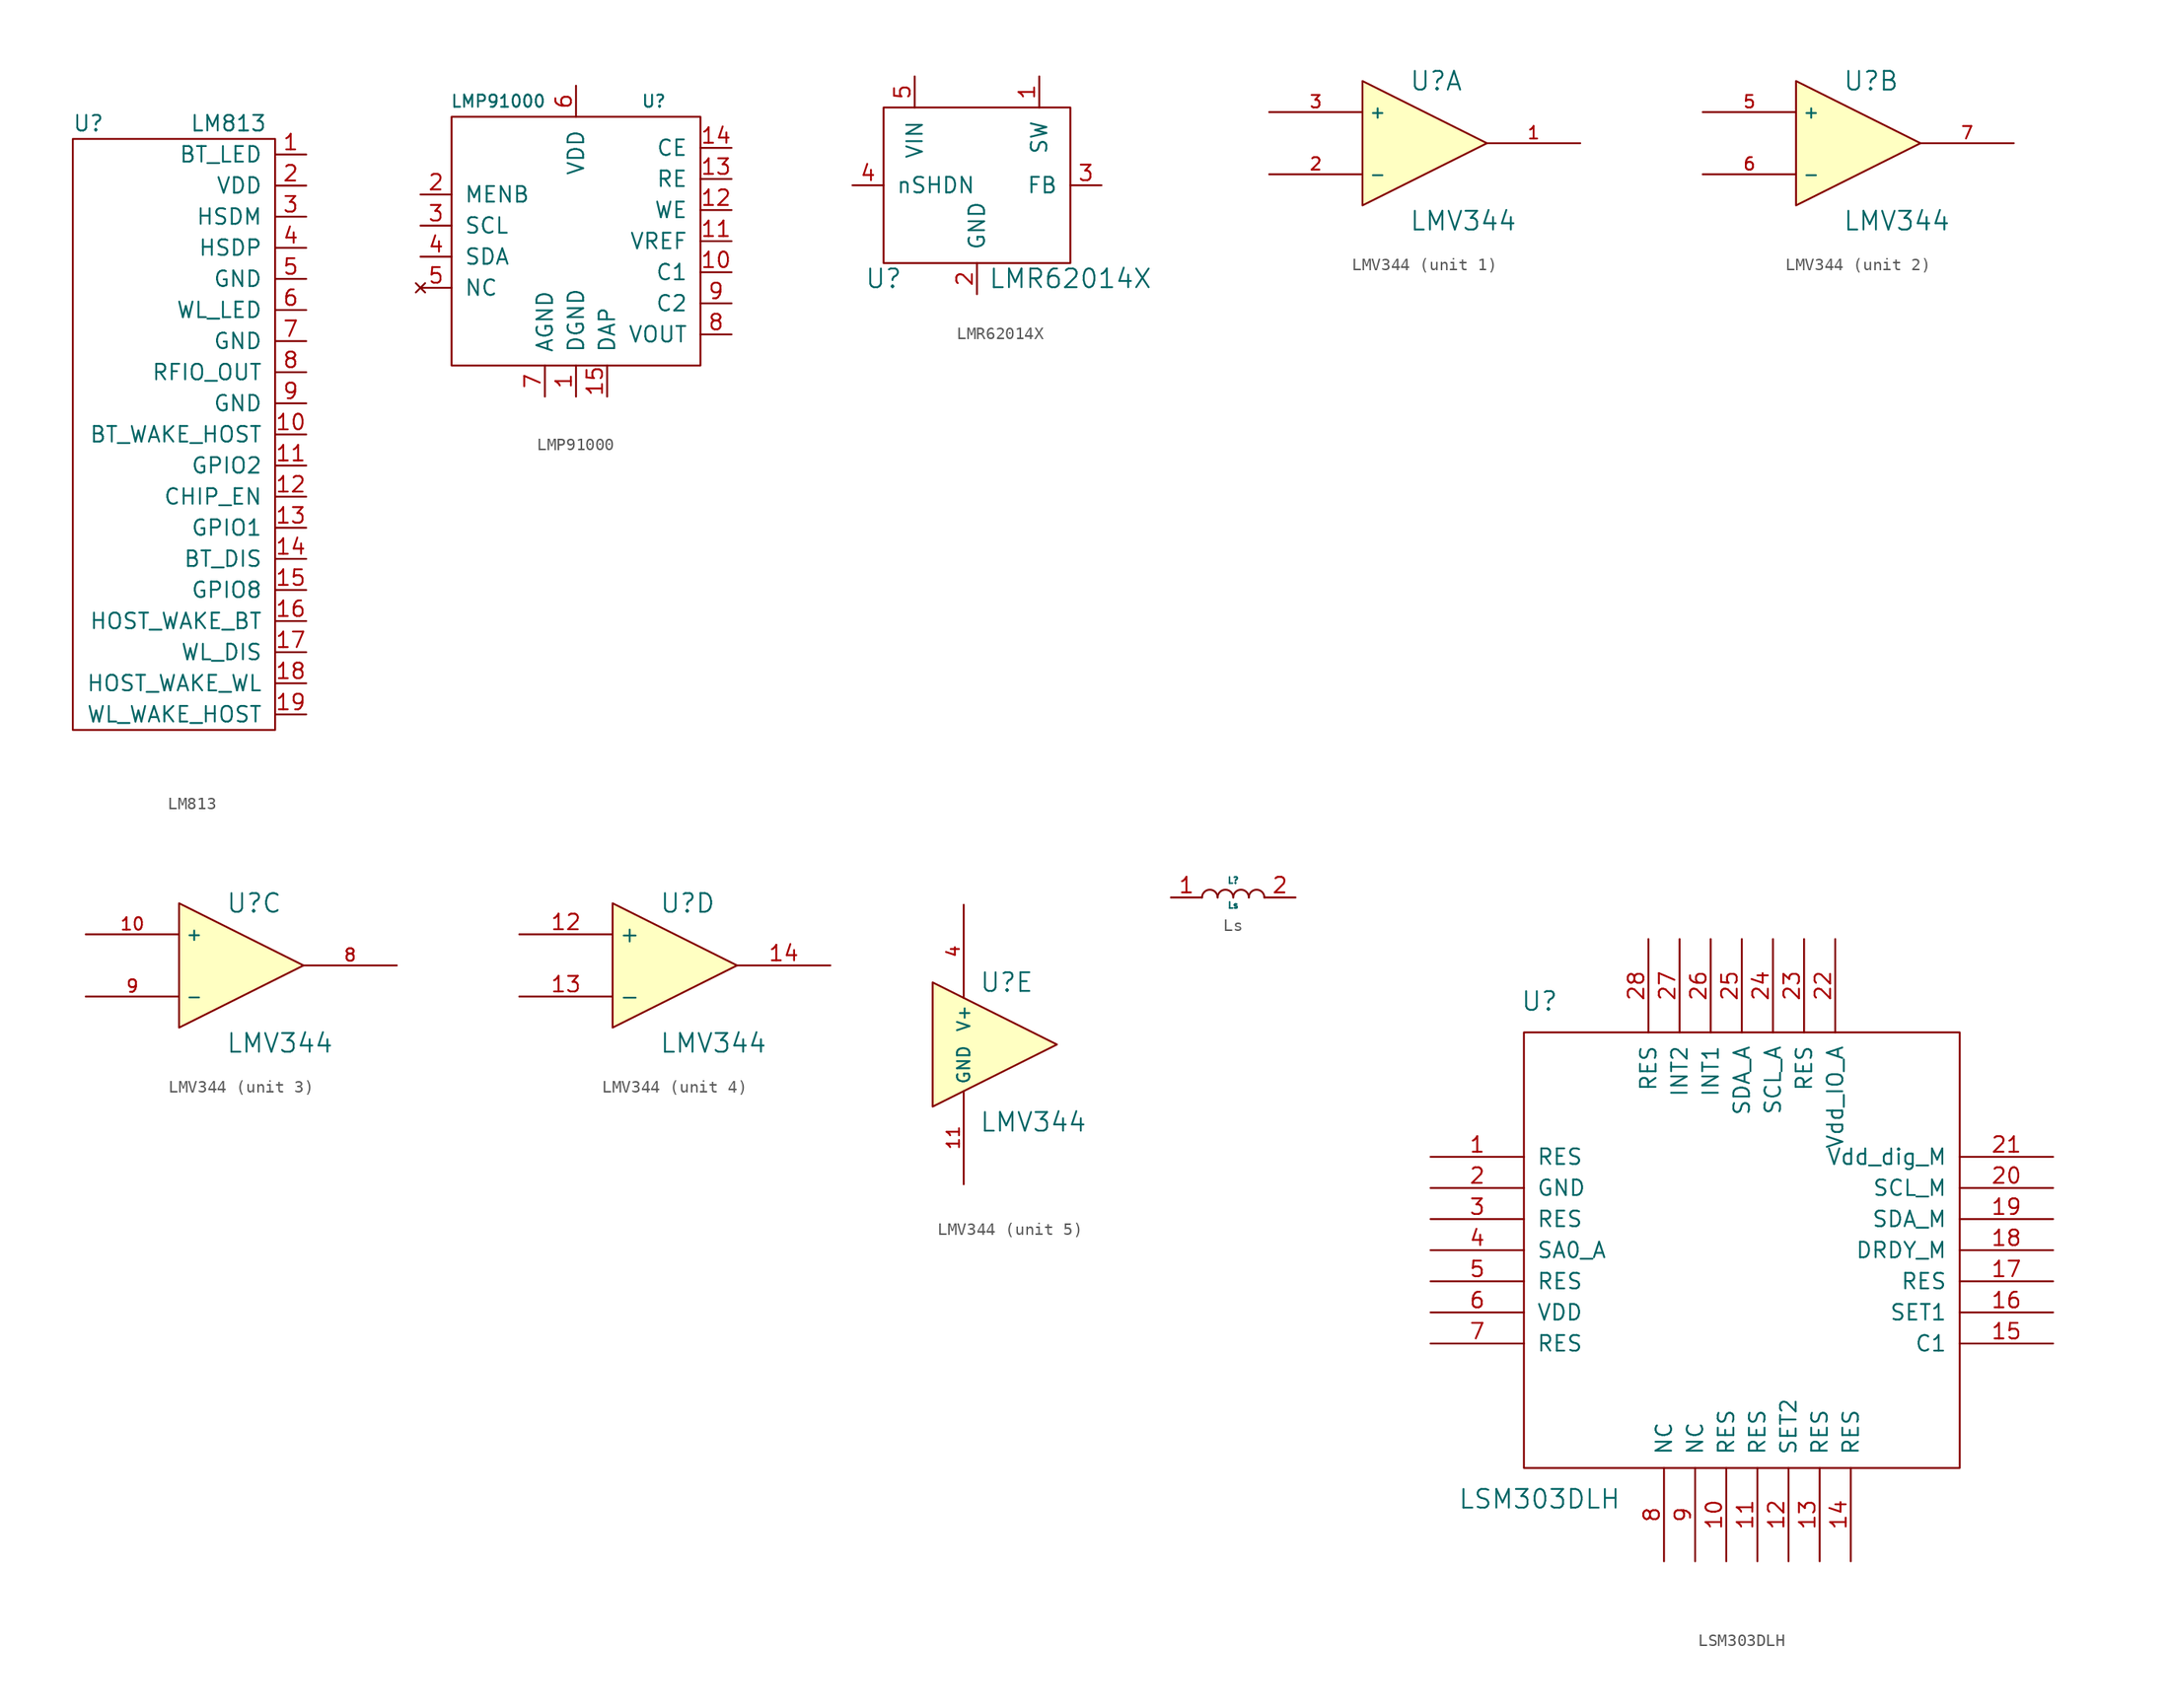
<source format=kicad_sym>
(kicad_symbol_lib
  (version 20211014)
  (generator kicad_symbol_editor)
  (symbol "LM813"
    (pin_names
      (offset 1.016))
    (property "Reference" "U"
      (at -15.24 0 0)
      (effects (font (size 1.27 1.27))))
    (property "Value" "LM813"
      (at -3.81 0 0)
      (effects (font (size 1.27 1.27))))
    (symbol "LM813_0_1"
      (rectangle (start 0 -1.27) (end -16.51 -49.53) (stroke (width 0) (type default) (color 0 0 0 0)) (fill (type none))))
    (symbol "LM813_1_1"
      (pin passive line (at 2.54 -2.54 180) (length 2.54) (name "BT_LED" (effects (font (size 1.27 1.27)))) (number "1" (effects (font (size 1.27 1.27)))))
      (pin passive line (at 2.54 -25.4 180) (length 2.54) (name "BT_WAKE_HOST" (effects (font (size 1.27 1.27)))) (number "10" (effects (font (size 1.27 1.27)))))
      (pin passive line (at 2.54 -27.94 180) (length 2.54) (name "GPIO2" (effects (font (size 1.27 1.27)))) (number "11" (effects (font (size 1.27 1.27)))))
      (pin passive line (at 2.54 -30.48 180) (length 2.54) (name "CHIP_EN" (effects (font (size 1.27 1.27)))) (number "12" (effects (font (size 1.27 1.27)))))
      (pin passive line (at 2.54 -33.02 180) (length 2.54) (name "GPIO1" (effects (font (size 1.27 1.27)))) (number "13" (effects (font (size 1.27 1.27)))))
      (pin passive line (at 2.54 -35.56 180) (length 2.54) (name "BT_DIS" (effects (font (size 1.27 1.27)))) (number "14" (effects (font (size 1.27 1.27)))))
      (pin passive line (at 2.54 -38.1 180) (length 2.54) (name "GPIO8" (effects (font (size 1.27 1.27)))) (number "15" (effects (font (size 1.27 1.27)))))
      (pin passive line (at 2.54 -40.64 180) (length 2.54) (name "HOST_WAKE_BT" (effects (font (size 1.27 1.27)))) (number "16" (effects (font (size 1.27 1.27)))))
      (pin passive line (at 2.54 -43.18 180) (length 2.54) (name "WL_DIS" (effects (font (size 1.27 1.27)))) (number "17" (effects (font (size 1.27 1.27)))))
      (pin passive line (at 2.54 -45.72 180) (length 2.54) (name "HOST_WAKE_WL" (effects (font (size 1.27 1.27)))) (number "18" (effects (font (size 1.27 1.27)))))
      (pin passive line (at 2.54 -48.26 180) (length 2.54) (name "WL_WAKE_HOST" (effects (font (size 1.27 1.27)))) (number "19" (effects (font (size 1.27 1.27)))))
      (pin passive line (at 2.54 -5.08 180) (length 2.54) (name "VDD" (effects (font (size 1.27 1.27)))) (number "2" (effects (font (size 1.27 1.27)))))
      (pin passive line (at 2.54 -7.62 180) (length 2.54) (name "HSDM" (effects (font (size 1.27 1.27)))) (number "3" (effects (font (size 1.27 1.27)))))
      (pin passive line (at 2.54 -10.16 180) (length 2.54) (name "HSDP" (effects (font (size 1.27 1.27)))) (number "4" (effects (font (size 1.27 1.27)))))
      (pin passive line (at 2.54 -12.7 180) (length 2.54) (name "GND" (effects (font (size 1.27 1.27)))) (number "5" (effects (font (size 1.27 1.27)))))
      (pin passive line (at 2.54 -15.24 180) (length 2.54) (name "WL_LED" (effects (font (size 1.27 1.27)))) (number "6" (effects (font (size 1.27 1.27)))))
      (pin passive line (at 2.54 -17.78 180) (length 2.54) (name "GND" (effects (font (size 1.27 1.27)))) (number "7" (effects (font (size 1.27 1.27)))))
      (pin passive line (at 2.54 -20.32 180) (length 2.54) (name "RFIO_OUT" (effects (font (size 1.27 1.27)))) (number "8" (effects (font (size 1.27 1.27)))))
      (pin passive line (at 2.54 -22.86 180) (length 2.54) (name "GND" (effects (font (size 1.27 1.27)))) (number "9" (effects (font (size 1.27 1.27)))))))
  (symbol "LMP91000"
    (pin_names
      (offset 1.016))
    (property "Reference" "U"
      (at 6.35 11.43 0)
      (effects (font (size 0.991 0.991))))
    (property "Value" "LMP91000"
      (at -6.35 11.43 0)
      (effects (font (size 0.991 0.991))))
    (symbol "LMP91000_0_1"
      (rectangle (start 10.16 10.16) (end -10.16 -10.16) (stroke (width 0) (type default) (color 0 0 0 0)) (fill (type none))))
    (symbol "LMP91000_1_1"
      (pin passive line (at 0 -12.7 90) (length 2.54) (name "DGND" (effects (font (size 1.27 1.27)))) (number "1" (effects (font (size 1.27 1.27)))))
      (pin passive line (at 12.7 -2.54 180) (length 2.54) (name "C1" (effects (font (size 1.27 1.27)))) (number "10" (effects (font (size 1.27 1.27)))))
      (pin passive line (at 12.7 0 180) (length 2.54) (name "VREF" (effects (font (size 1.27 1.27)))) (number "11" (effects (font (size 1.27 1.27)))))
      (pin passive line (at 12.7 2.54 180) (length 2.54) (name "WE" (effects (font (size 1.27 1.27)))) (number "12" (effects (font (size 1.27 1.27)))))
      (pin passive line (at 12.7 5.08 180) (length 2.54) (name "RE" (effects (font (size 1.27 1.27)))) (number "13" (effects (font (size 1.27 1.27)))))
      (pin passive line (at 12.7 7.62 180) (length 2.54) (name "CE" (effects (font (size 1.27 1.27)))) (number "14" (effects (font (size 1.27 1.27)))))
      (pin passive line (at 2.54 -12.7 90) (length 2.54) (name "DAP" (effects (font (size 1.27 1.27)))) (number "15" (effects (font (size 1.27 1.27)))))
      (pin passive line (at -12.7 3.81 0) (length 2.54) (name "MENB" (effects (font (size 1.27 1.27)))) (number "2" (effects (font (size 1.27 1.27)))))
      (pin passive line (at -12.7 1.27 0) (length 2.54) (name "SCL" (effects (font (size 1.27 1.27)))) (number "3" (effects (font (size 1.27 1.27)))))
      (pin passive line (at -12.7 -1.27 0) (length 2.54) (name "SDA" (effects (font (size 1.27 1.27)))) (number "4" (effects (font (size 1.27 1.27)))))
      (pin no_connect line (at -12.7 -3.81 0) (length 2.54) (name "NC" (effects (font (size 1.27 1.27)))) (number "5" (effects (font (size 1.27 1.27)))))
      (pin passive line (at 0 12.7 270) (length 2.54) (name "VDD" (effects (font (size 1.27 1.27)))) (number "6" (effects (font (size 1.27 1.27)))))
      (pin passive line (at -2.54 -12.7 90) (length 2.54) (name "AGND" (effects (font (size 1.27 1.27)))) (number "7" (effects (font (size 1.27 1.27)))))
      (pin passive line (at 12.7 -7.62 180) (length 2.54) (name "VOUT" (effects (font (size 1.27 1.27)))) (number "8" (effects (font (size 1.27 1.27)))))
      (pin passive line (at 12.7 -5.08 180) (length 2.54) (name "C2" (effects (font (size 1.27 1.27)))) (number "9" (effects (font (size 1.27 1.27)))))))
  (symbol "LMR62014X"
    (pin_names
      (offset 1.016))
    (property "Reference" "U"
      (at -7.62 -7.62 0)
      (effects (font (size 1.524 1.524))))
    (property "Value" "LMR62014X"
      (at 7.62 -7.62 0)
      (effects (font (size 1.524 1.524))))
    (property "Footprint" ""
      (at 0 0 0)
      (effects (font (size 1.524 1.524))))
    (property "Datasheet" ""
      (at 0 0 0)
      (effects (font (size 1.524 1.524))))
    (symbol "LMR62014X_0_1"
      (rectangle (start -7.62 6.35) (end 7.62 -6.35) (stroke (width 0) (type default) (color 0 0 0 0)) (fill (type none))))
    (symbol "LMR62014X_1_1"
      (pin input line (at 5.08 8.89 270) (length 2.54) (name "SW" (effects (font (size 1.27 1.27)))) (number "1" (effects (font (size 1.27 1.27)))))
      (pin input line (at 0 -8.89 90) (length 2.54) (name "GND" (effects (font (size 1.27 1.27)))) (number "2" (effects (font (size 1.27 1.27)))))
      (pin input line (at 10.16 0 180) (length 2.54) (name "FB" (effects (font (size 1.27 1.27)))) (number "3" (effects (font (size 1.27 1.27)))))
      (pin input line (at -10.16 0 0) (length 2.54) (name "nSHDN" (effects (font (size 1.27 1.27)))) (number "4" (effects (font (size 1.27 1.27)))))
      (pin input line (at -5.08 8.89 270) (length 2.54) (name "VIN" (effects (font (size 1.27 1.27)))) (number "5" (effects (font (size 1.27 1.27)))))))
  (symbol "LMV344"
    (property "Reference" "U"
      (at -1.27 5.08 0)
      (effects (font (size 1.524 1.524)) (justify left)))
    (property "Value" "LMV344"
      (at -1.27 -6.35 0)
      (effects (font (size 1.524 1.524)) (justify left)))
    (property "Footprint" ""
      (at 0 0 0)
      (effects (font (size 1.524 1.524))))
    (property "Datasheet" ""
      (at 0 0 0)
      (effects (font (size 1.524 1.524))))
    (property "ki_locked" ""
      (at 0 0 0)
      (effects (font (size 1.27 1.27))))
    (symbol "LMV344_0_1"
      (polyline (pts (xy -5.08 5.08) (xy 5.08 0) (xy -5.08 -5.08) (xy -5.08 5.08)) (stroke (width 0.152) (type default) (color 0 0 0 0)) (fill (type background))))
    (symbol "LMV344_1_1"
      (pin output line (at 12.7 0 180) (length 7.62) (name "~" (effects (font (size 1.016 1.016)))) (number "1" (effects (font (size 1.016 1.016)))))
      (pin input line (at -12.7 -2.54 0) (length 7.62) (name "-" (effects (font (size 1.016 1.016)))) (number "2" (effects (font (size 1.016 1.016)))))
      (pin input line (at -12.7 2.54 0) (length 7.62) (name "+" (effects (font (size 1.016 1.016)))) (number "3" (effects (font (size 1.016 1.016))))))
    (symbol "LMV344_2_1"
      (pin input line (at -12.7 2.54 0) (length 7.62) (name "+" (effects (font (size 1.016 1.016)))) (number "5" (effects (font (size 1.016 1.016)))))
      (pin input line (at -12.7 -2.54 0) (length 7.62) (name "-" (effects (font (size 1.016 1.016)))) (number "6" (effects (font (size 1.016 1.016)))))
      (pin output line (at 12.7 0 180) (length 7.62) (name "~" (effects (font (size 1.016 1.016)))) (number "7" (effects (font (size 1.016 1.016))))))
    (symbol "LMV344_3_1"
      (pin input line (at -12.7 2.54 0) (length 7.62) (name "+" (effects (font (size 1.016 1.016)))) (number "10" (effects (font (size 1.016 1.016)))))
      (pin output line (at 12.7 0 180) (length 7.62) (name "~" (effects (font (size 1.016 1.016)))) (number "8" (effects (font (size 1.016 1.016)))))
      (pin input line (at -12.7 -2.54 0) (length 7.62) (name "-" (effects (font (size 1.016 1.016)))) (number "9" (effects (font (size 1.016 1.016))))))
    (symbol "LMV344_4_1"
      (pin input line (at -12.7 2.54 0) (length 7.62) (name "+" (effects (font (size 1.27 1.27)))) (number "12" (effects (font (size 1.27 1.27)))))
      (pin input line (at -12.7 -2.54 0) (length 7.62) (name "-" (effects (font (size 1.27 1.27)))) (number "13" (effects (font (size 1.27 1.27)))))
      (pin output line (at 12.7 0 180) (length 7.62) (name "~" (effects (font (size 1.27 1.27)))) (number "14" (effects (font (size 1.27 1.27))))))
    (symbol "LMV344_5_1"
      (pin power_in line (at -2.54 -11.43 90) (length 7.62) (name "GND" (effects (font (size 1.016 1.016)))) (number "11" (effects (font (size 1.016 1.016)))))
      (pin power_in line (at -2.54 11.43 270) (length 7.62) (name "V+" (effects (font (size 1.016 1.016)))) (number "4" (effects (font (size 1.016 1.016)))))))
  (symbol "Ls"
    (pin_names
      (offset 1.016))
    (property "Reference" "L"
      (at 0 1.397 0)
      (effects (font (size 0.508 0.508))))
    (property "Value" "Ls"
      (at 0 -0.635 0)
      (effects (font (size 0.508 0.508))))
    (symbol "Ls_0_1"
      (arc (start -1.27 0) (mid -1.905 0.635) (end -2.54 0) (stroke (width 0) (type default) (color 0 0 0 0)) (fill (type none)))
      (arc (start 0 0) (mid -0.635 0.635) (end -1.27 0) (stroke (width 0) (type default) (color 0 0 0 0)) (fill (type none)))
      (arc (start 1.27 0) (mid 0.635 0.635) (end 0 0) (stroke (width 0) (type default) (color 0 0 0 0)) (fill (type none)))
      (arc (start 2.54 0) (mid 1.905 0.635) (end 1.27 0) (stroke (width 0) (type default) (color 0 0 0 0)) (fill (type none))))
    (symbol "Ls_1_1"
      (pin passive line (at -5.08 0 0) (length 2.54) (name "~" (effects (font (size 1.27 1.27)))) (number "1" (effects (font (size 1.27 1.27)))))
      (pin passive line (at 5.08 0 180) (length 2.54) (name "~" (effects (font (size 1.27 1.27)))) (number "2" (effects (font (size 1.27 1.27)))))))
  (symbol "LSM303DLH"
    (pin_names
      (offset 1.016))
    (property "Reference" "U"
      (at -16.51 20.32 0)
      (effects (font (size 1.524 1.524))))
    (property "Value" "LSM303DLH"
      (at -16.51 -20.32 0)
      (effects (font (size 1.524 1.524))))
    (property "Footprint" ""
      (at 0 0 0)
      (effects (font (size 1.524 1.524))))
    (property "Datasheet" ""
      (at 0 0 0)
      (effects (font (size 1.524 1.524))))
    (symbol "LSM303DLH_0_1"
      (rectangle (start -17.78 17.78) (end 17.78 -17.78) (stroke (width 0) (type default) (color 0 0 0 0)) (fill (type none))))
    (symbol "LSM303DLH_1_1"
      (pin input line (at -25.4 7.62 0) (length 7.62) (name "RES" (effects (font (size 1.27 1.27)))) (number "1" (effects (font (size 1.27 1.27)))))
      (pin passive line (at -1.27 -25.4 90) (length 7.62) (name "RES" (effects (font (size 1.27 1.27)))) (number "10" (effects (font (size 1.27 1.27)))))
      (pin passive line (at 1.27 -25.4 90) (length 7.62) (name "RES" (effects (font (size 1.27 1.27)))) (number "11" (effects (font (size 1.27 1.27)))))
      (pin passive line (at 3.81 -25.4 90) (length 7.62) (name "SET2" (effects (font (size 1.27 1.27)))) (number "12" (effects (font (size 1.27 1.27)))))
      (pin passive line (at 6.35 -25.4 90) (length 7.62) (name "RES" (effects (font (size 1.27 1.27)))) (number "13" (effects (font (size 1.27 1.27)))))
      (pin passive line (at 8.89 -25.4 90) (length 7.62) (name "RES" (effects (font (size 1.27 1.27)))) (number "14" (effects (font (size 1.27 1.27)))))
      (pin passive line (at 25.4 -7.62 180) (length 7.62) (name "C1" (effects (font (size 1.27 1.27)))) (number "15" (effects (font (size 1.27 1.27)))))
      (pin passive line (at 25.4 -5.08 180) (length 7.62) (name "SET1" (effects (font (size 1.27 1.27)))) (number "16" (effects (font (size 1.27 1.27)))))
      (pin passive line (at 25.4 -2.54 180) (length 7.62) (name "RES" (effects (font (size 1.27 1.27)))) (number "17" (effects (font (size 1.27 1.27)))))
      (pin passive line (at 25.4 0 180) (length 7.62) (name "DRDY_M" (effects (font (size 1.27 1.27)))) (number "18" (effects (font (size 1.27 1.27)))))
      (pin passive line (at 25.4 2.54 180) (length 7.62) (name "SDA_M" (effects (font (size 1.27 1.27)))) (number "19" (effects (font (size 1.27 1.27)))))
      (pin passive line (at -25.4 5.08 0) (length 7.62) (name "GND" (effects (font (size 1.27 1.27)))) (number "2" (effects (font (size 1.27 1.27)))))
      (pin passive line (at 25.4 5.08 180) (length 7.62) (name "SCL_M" (effects (font (size 1.27 1.27)))) (number "20" (effects (font (size 1.27 1.27)))))
      (pin passive line (at 25.4 7.62 180) (length 7.62) (name "Vdd_dig_M" (effects (font (size 1.27 1.27)))) (number "21" (effects (font (size 1.27 1.27)))))
      (pin passive line (at 7.62 25.4 270) (length 7.62) (name "Vdd_IO_A" (effects (font (size 1.27 1.27)))) (number "22" (effects (font (size 1.27 1.27)))))
      (pin passive line (at 5.08 25.4 270) (length 7.62) (name "RES" (effects (font (size 1.27 1.27)))) (number "23" (effects (font (size 1.27 1.27)))))
      (pin passive line (at 2.54 25.4 270) (length 7.62) (name "SCL_A" (effects (font (size 1.27 1.27)))) (number "24" (effects (font (size 1.27 1.27)))))
      (pin passive line (at 0 25.4 270) (length 7.62) (name "SDA_A" (effects (font (size 1.27 1.27)))) (number "25" (effects (font (size 1.27 1.27)))))
      (pin passive line (at -2.54 25.4 270) (length 7.62) (name "INT1" (effects (font (size 1.27 1.27)))) (number "26" (effects (font (size 1.27 1.27)))))
      (pin passive line (at -5.08 25.4 270) (length 7.62) (name "INT2" (effects (font (size 1.27 1.27)))) (number "27" (effects (font (size 1.27 1.27)))))
      (pin passive line (at -7.62 25.4 270) (length 7.62) (name "RES" (effects (font (size 1.27 1.27)))) (number "28" (effects (font (size 1.27 1.27)))))
      (pin input line (at -25.4 2.54 0) (length 7.62) (name "RES" (effects (font (size 1.27 1.27)))) (number "3" (effects (font (size 1.27 1.27)))))
      (pin passive line (at -25.4 0 0) (length 7.62) (name "SA0_A" (effects (font (size 1.27 1.27)))) (number "4" (effects (font (size 1.27 1.27)))))
      (pin input line (at -25.4 -2.54 0) (length 7.62) (name "RES" (effects (font (size 1.27 1.27)))) (number "5" (effects (font (size 1.27 1.27)))))
      (pin power_in line (at -25.4 -5.08 0) (length 7.62) (name "VDD" (effects (font (size 1.27 1.27)))) (number "6" (effects (font (size 1.27 1.27)))))
      (pin input line (at -25.4 -7.62 0) (length 7.62) (name "RES" (effects (font (size 1.27 1.27)))) (number "7" (effects (font (size 1.27 1.27)))))
      (pin input line (at -6.35 -25.4 90) (length 7.62) (name "NC" (effects (font (size 1.27 1.27)))) (number "8" (effects (font (size 1.27 1.27)))))
      (pin input line (at -3.81 -25.4 90) (length 7.62) (name "NC" (effects (font (size 1.27 1.27)))) (number "9" (effects (font (size 1.27 1.27))))))))
</source>
